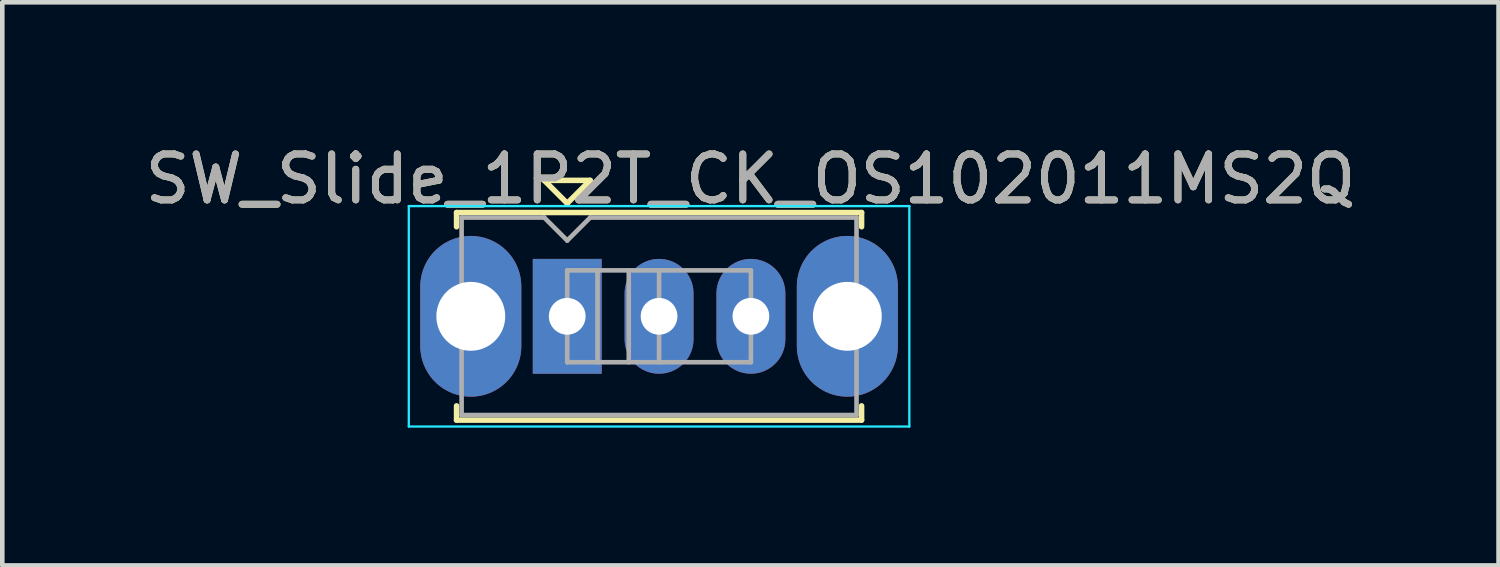
<source format=kicad_pcb>
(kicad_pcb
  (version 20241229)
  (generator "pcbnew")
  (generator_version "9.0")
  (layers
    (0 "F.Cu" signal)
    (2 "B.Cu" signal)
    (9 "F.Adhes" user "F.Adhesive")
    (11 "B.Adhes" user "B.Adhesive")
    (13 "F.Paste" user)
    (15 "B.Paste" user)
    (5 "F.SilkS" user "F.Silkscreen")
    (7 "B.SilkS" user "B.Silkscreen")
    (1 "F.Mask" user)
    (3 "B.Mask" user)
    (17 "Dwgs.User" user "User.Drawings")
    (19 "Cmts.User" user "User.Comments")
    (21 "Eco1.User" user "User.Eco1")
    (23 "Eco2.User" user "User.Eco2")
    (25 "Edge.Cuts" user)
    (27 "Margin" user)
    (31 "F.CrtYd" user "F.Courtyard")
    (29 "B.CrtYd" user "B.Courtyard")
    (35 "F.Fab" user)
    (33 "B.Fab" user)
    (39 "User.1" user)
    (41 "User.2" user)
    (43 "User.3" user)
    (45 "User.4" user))
  (footprint "SW_Slide_1P2T_CK_OS102011MS2Q"
    (layer "F.Cu")
    (at 9.302 3.838)
    (property "Reference" "SW_Slide_1P2T_CK_OS102011MS2Q" (at 3.99 -2.99 0) (layer "F.SilkS") (effects (font (size 1 1) (thickness 0.15))))
    (attr through_hole)
    (fp_line (start -2.41 -2.26) (end 6.41 -2.26) (stroke (width 0.12) (type solid)) (layer "F.SilkS"))
    (fp_line (start -2.41 -1.95) (end -2.41 -2.26) (stroke (width 0.12) (type solid)) (layer "F.SilkS"))
    (fp_line (start -2.41 2.26) (end -2.41 1.95) (stroke (width 0.12) (type solid)) (layer "F.SilkS"))
    (fp_line (start -0.5 -2.96) (end 0 -2.46) (stroke (width 0.12) (type solid)) (layer "F.SilkS"))
    (fp_line (start 0 -2.46) (end 0.5 -2.96) (stroke (width 0.12) (type solid)) (layer "F.SilkS"))
    (fp_line (start 0.5 -2.96) (end -0.5 -2.96) (stroke (width 0.12) (type solid)) (layer "F.SilkS"))
    (fp_line (start 6.41 -2.26) (end 6.41 -1.95) (stroke (width 0.12) (type solid)) (layer "F.SilkS"))
    (fp_line (start 6.41 2.26) (end -2.41 2.26) (stroke (width 0.12) (type solid)) (layer "F.SilkS"))
    (fp_line (start 6.41 2.26) (end 6.41 1.95) (stroke (width 0.12) (type solid)) (layer "F.SilkS"))
    (fp_line (start -3.45 -2.4) (end 7.45 -2.4) (stroke (width 0.05) (type solid)) (layer "B.CrtYd"))
    (fp_line (start -3.45 2.4) (end -3.45 -2.4) (stroke (width 0.05) (type solid)) (layer "B.CrtYd"))
    (fp_line (start 7.45 -2.4) (end 7.45 2.4) (stroke (width 0.05) (type solid)) (layer "B.CrtYd"))
    (fp_line (start 7.45 2.4) (end -3.45 2.4) (stroke (width 0.05) (type solid)) (layer "B.CrtYd"))
    (fp_line (start -2.3 -2.15) (end -0.5 -2.15) (stroke (width 0.1) (type solid)) (layer "F.Fab"))
    (fp_line (start -2.3 2.15) (end -2.3 -2.15) (stroke (width 0.1) (type solid)) (layer "F.Fab"))
    (fp_line (start -0.5 -2.15) (end 0 -1.65) (stroke (width 0.1) (type solid)) (layer "F.Fab"))
    (fp_line (start 0 -1.65) (end 0.5 -2.15) (stroke (width 0.1) (type solid)) (layer "F.Fab"))
    (fp_line (start 0 -1) (end 0 1) (stroke (width 0.1) (type solid)) (layer "F.Fab"))
    (fp_line (start 0 -1) (end 4 -1) (stroke (width 0.1) (type solid)) (layer "F.Fab"))
    (fp_line (start 0 1) (end 4 1) (stroke (width 0.1) (type solid)) (layer "F.Fab"))
    (fp_line (start 0.5 -2.15) (end 6.3 -2.15) (stroke (width 0.1) (type solid)) (layer "F.Fab"))
    (fp_line (start 0.66 -1) (end 0.66 1) (stroke (width 0.1) (type solid)) (layer "F.Fab"))
    (fp_line (start 1.34 -1) (end 1.34 1) (stroke (width 0.1) (type solid)) (layer "F.Fab"))
    (fp_line (start 2 -1) (end 2 1) (stroke (width 0.1) (type solid)) (layer "F.Fab"))
    (fp_line (start 4 -1) (end 4 1) (stroke (width 0.1) (type solid)) (layer "F.Fab"))
    (fp_line (start 6.3 -2.15) (end 6.3 2.15) (stroke (width 0.1) (type solid)) (layer "F.Fab"))
    (fp_line (start 6.3 2.15) (end -2.3 2.15) (stroke (width 0.1) (type solid)) (layer "F.Fab"))
    (fp_text user "${REFERENCE}" (at 3.99 -2.99 0) (layer "F.Fab") (effects (font (size 1 1) (thickness 0.15))))
    (pad "" thru_hole oval (at -2.1 0) (size 2.2 3.5) (drill 1.5) (layers "*.Cu" "*.Mask"))
    (pad "" thru_hole oval (at 6.1 0) (size 2.2 3.5) (drill 1.5) (layers "*.Cu" "*.Mask"))
    (pad "1" thru_hole rect (at 0 0) (size 1.5 2.5) (drill 0.8) (layers "*.Cu" "*.Mask"))
    (pad "2" thru_hole oval (at 2 0) (size 1.5 2.5) (drill 0.8) (layers "*.Cu" "*.Mask"))
    (pad "3" thru_hole oval (at 4 0) (size 1.5 2.5) (drill 0.8) (layers "*.Cu" "*.Mask")))
  (gr_rect
    (start -3 -3)
    (end 29.583 9.263)
    (stroke (width 0.1) (type default))
    (fill no)
    (layer "Edge.Cuts")))
</source>
